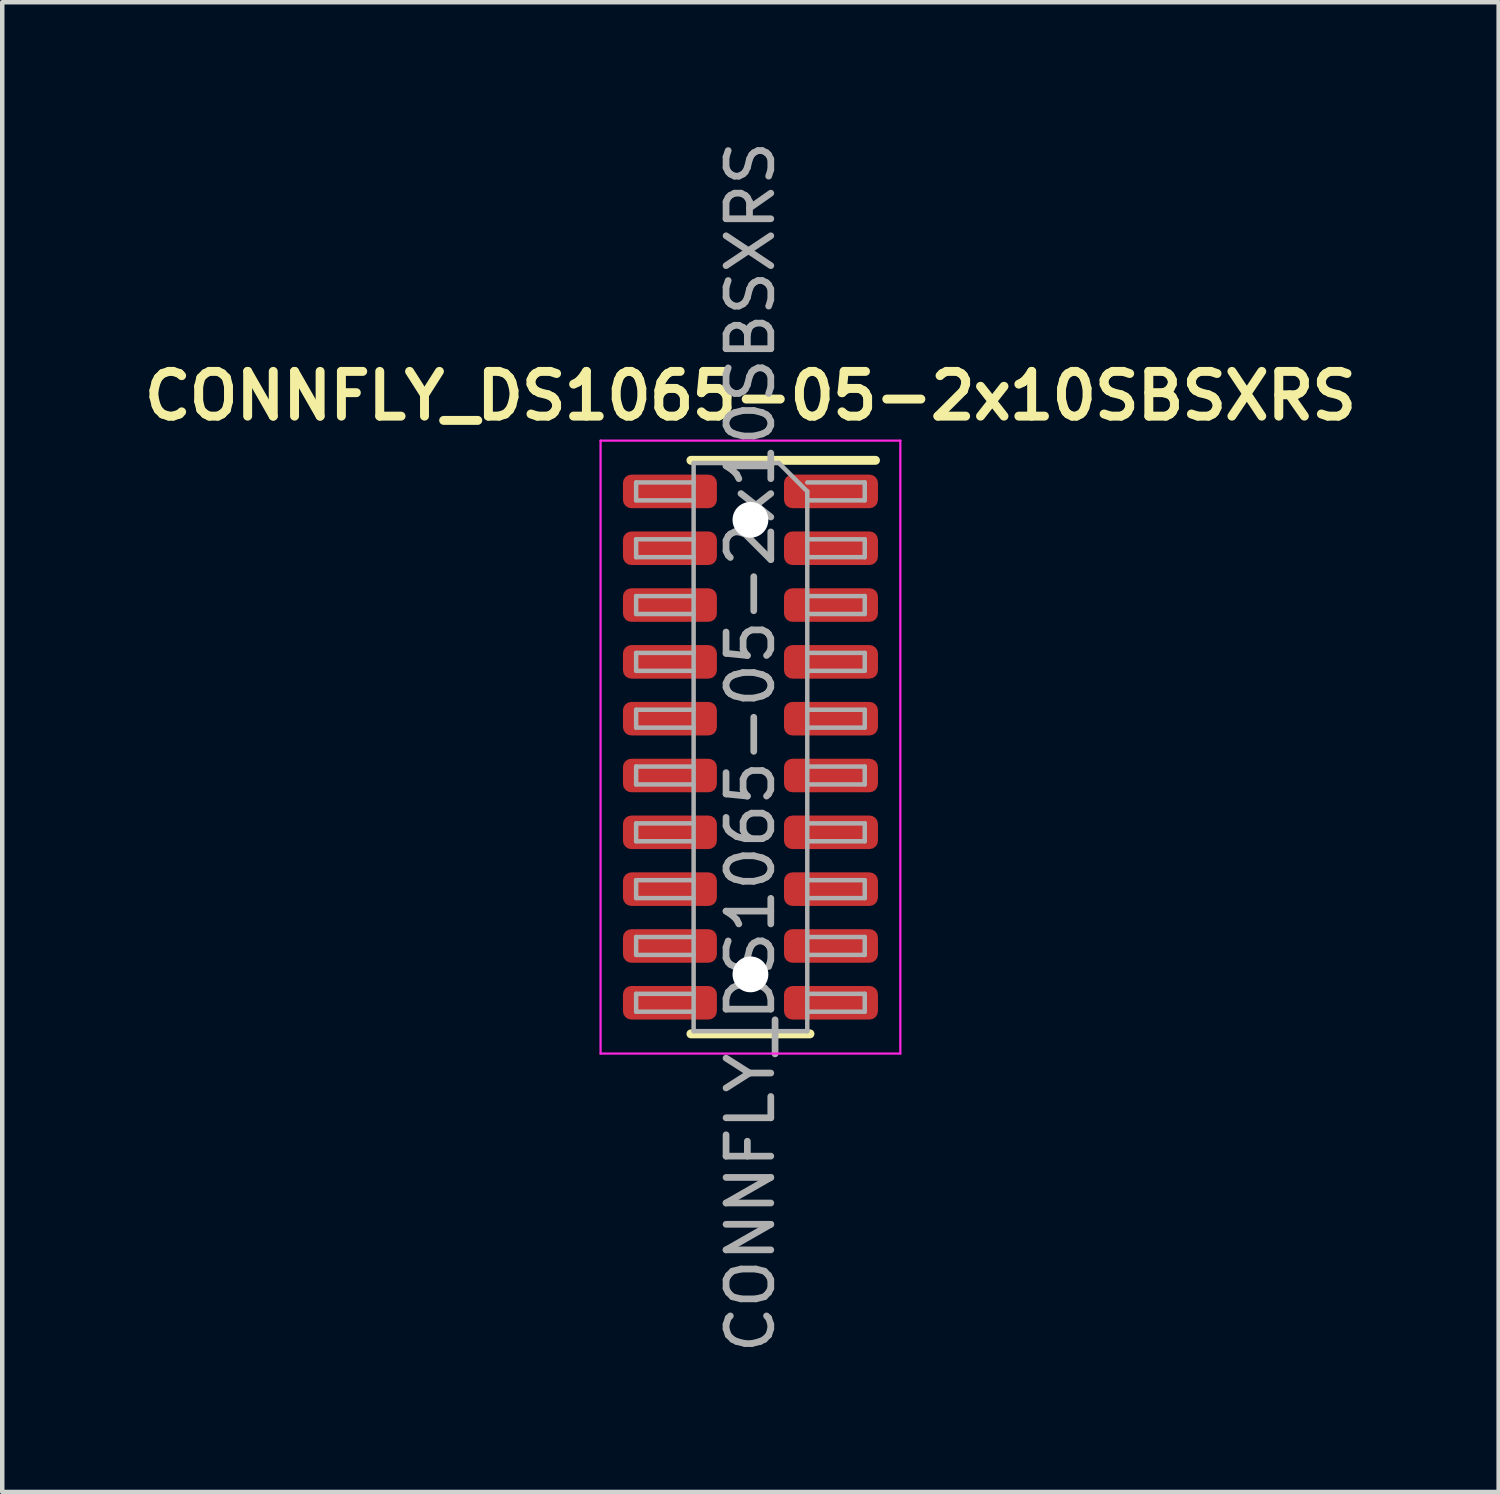
<source format=kicad_pcb>
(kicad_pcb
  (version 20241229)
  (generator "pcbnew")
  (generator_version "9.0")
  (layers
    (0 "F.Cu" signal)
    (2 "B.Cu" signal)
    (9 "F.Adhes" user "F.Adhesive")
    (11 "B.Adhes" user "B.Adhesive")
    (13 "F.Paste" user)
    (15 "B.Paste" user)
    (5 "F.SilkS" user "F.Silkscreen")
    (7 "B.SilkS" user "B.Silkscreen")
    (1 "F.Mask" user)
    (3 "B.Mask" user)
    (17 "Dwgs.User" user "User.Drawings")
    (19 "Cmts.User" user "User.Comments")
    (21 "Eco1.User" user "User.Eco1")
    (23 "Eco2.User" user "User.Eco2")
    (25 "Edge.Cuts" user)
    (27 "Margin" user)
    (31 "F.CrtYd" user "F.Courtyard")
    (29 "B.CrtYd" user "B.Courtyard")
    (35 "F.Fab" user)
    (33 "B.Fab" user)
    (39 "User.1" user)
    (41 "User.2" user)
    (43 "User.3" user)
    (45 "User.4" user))
  (footprint "CONNFLY_DS1065-05-2x10SBSXRS"
    (layer "F.Cu")
    (at 13.724 13.649)
    (property "Reference" "CONNFLY_DS1065-05-2x10SBSXRS" (at 0 -7.85 0) (layer "F.SilkS") (effects (font (size 1 1) (thickness 0.2))))
    (attr smd)
    (fp_line (start -1.33 -6.41) (end 2.794 -6.41) (stroke (width 0.2) (type solid)) (layer "F.SilkS"))
    (fp_line (start -1.33 6.41) (end 1.33 6.41) (stroke (width 0.2) (type solid)) (layer "F.SilkS"))
    (fp_line (start -3.35 -6.85) (end 3.35 -6.85) (stroke (width 0.05) (type solid)) (layer "F.CrtYd"))
    (fp_line (start -3.35 6.85) (end -3.35 -6.85) (stroke (width 0.05) (type solid)) (layer "F.CrtYd"))
    (fp_line (start 3.35 -6.85) (end 3.35 6.85) (stroke (width 0.05) (type solid)) (layer "F.CrtYd"))
    (fp_line (start 3.35 6.85) (end -3.35 6.85) (stroke (width 0.05) (type solid)) (layer "F.CrtYd"))
    (fp_line (start -2.555 -5.915) (end -1.27 -5.915) (stroke (width 0.1) (type solid)) (layer "F.Fab"))
    (fp_line (start -2.555 -5.515) (end -2.555 -5.915) (stroke (width 0.1) (type solid)) (layer "F.Fab"))
    (fp_line (start -2.555 -4.645) (end -1.27 -4.645) (stroke (width 0.1) (type solid)) (layer "F.Fab"))
    (fp_line (start -2.555 -4.245) (end -2.555 -4.645) (stroke (width 0.1) (type solid)) (layer "F.Fab"))
    (fp_line (start -2.555 -3.375) (end -1.27 -3.375) (stroke (width 0.1) (type solid)) (layer "F.Fab"))
    (fp_line (start -2.555 -2.975) (end -2.555 -3.375) (stroke (width 0.1) (type solid)) (layer "F.Fab"))
    (fp_line (start -2.555 -2.105) (end -1.27 -2.105) (stroke (width 0.1) (type solid)) (layer "F.Fab"))
    (fp_line (start -2.555 -1.705) (end -2.555 -2.105) (stroke (width 0.1) (type solid)) (layer "F.Fab"))
    (fp_line (start -2.555 -0.835) (end -1.27 -0.835) (stroke (width 0.1) (type solid)) (layer "F.Fab"))
    (fp_line (start -2.555 -0.435) (end -2.555 -0.835) (stroke (width 0.1) (type solid)) (layer "F.Fab"))
    (fp_line (start -2.555 0.435) (end -1.27 0.435) (stroke (width 0.1) (type solid)) (layer "F.Fab"))
    (fp_line (start -2.555 0.835) (end -2.555 0.435) (stroke (width 0.1) (type solid)) (layer "F.Fab"))
    (fp_line (start -2.555 1.705) (end -1.27 1.705) (stroke (width 0.1) (type solid)) (layer "F.Fab"))
    (fp_line (start -2.555 2.105) (end -2.555 1.705) (stroke (width 0.1) (type solid)) (layer "F.Fab"))
    (fp_line (start -2.555 2.975) (end -1.27 2.975) (stroke (width 0.1) (type solid)) (layer "F.Fab"))
    (fp_line (start -2.555 3.375) (end -2.555 2.975) (stroke (width 0.1) (type solid)) (layer "F.Fab"))
    (fp_line (start -2.555 4.245) (end -1.27 4.245) (stroke (width 0.1) (type solid)) (layer "F.Fab"))
    (fp_line (start -2.555 4.645) (end -2.555 4.245) (stroke (width 0.1) (type solid)) (layer "F.Fab"))
    (fp_line (start -2.555 5.515) (end -1.27 5.515) (stroke (width 0.1) (type solid)) (layer "F.Fab"))
    (fp_line (start -2.555 5.915) (end -2.555 5.515) (stroke (width 0.1) (type solid)) (layer "F.Fab"))
    (fp_line (start -1.27 -6.35) (end 0.635 -6.35) (stroke (width 0.1) (type solid)) (layer "F.Fab"))
    (fp_line (start -1.27 -5.515) (end -2.555 -5.515) (stroke (width 0.1) (type solid)) (layer "F.Fab"))
    (fp_line (start -1.27 -4.245) (end -2.555 -4.245) (stroke (width 0.1) (type solid)) (layer "F.Fab"))
    (fp_line (start -1.27 -2.975) (end -2.555 -2.975) (stroke (width 0.1) (type solid)) (layer "F.Fab"))
    (fp_line (start -1.27 -1.705) (end -2.555 -1.705) (stroke (width 0.1) (type solid)) (layer "F.Fab"))
    (fp_line (start -1.27 -0.435) (end -2.555 -0.435) (stroke (width 0.1) (type solid)) (layer "F.Fab"))
    (fp_line (start -1.27 0.835) (end -2.555 0.835) (stroke (width 0.1) (type solid)) (layer "F.Fab"))
    (fp_line (start -1.27 2.105) (end -2.555 2.105) (stroke (width 0.1) (type solid)) (layer "F.Fab"))
    (fp_line (start -1.27 3.375) (end -2.555 3.375) (stroke (width 0.1) (type solid)) (layer "F.Fab"))
    (fp_line (start -1.27 4.645) (end -2.555 4.645) (stroke (width 0.1) (type solid)) (layer "F.Fab"))
    (fp_line (start -1.27 5.915) (end -2.555 5.915) (stroke (width 0.1) (type solid)) (layer "F.Fab"))
    (fp_line (start -1.27 6.35) (end -1.27 -6.35) (stroke (width 0.1) (type solid)) (layer "F.Fab"))
    (fp_line (start 0.635 -6.35) (end 1.27 -5.715) (stroke (width 0.1) (type solid)) (layer "F.Fab"))
    (fp_line (start 1.27 -5.915) (end 2.555 -5.915) (stroke (width 0.1) (type solid)) (layer "F.Fab"))
    (fp_line (start 1.27 -5.715) (end 1.27 6.35) (stroke (width 0.1) (type solid)) (layer "F.Fab"))
    (fp_line (start 1.27 -4.645) (end 2.555 -4.645) (stroke (width 0.1) (type solid)) (layer "F.Fab"))
    (fp_line (start 1.27 -3.375) (end 2.555 -3.375) (stroke (width 0.1) (type solid)) (layer "F.Fab"))
    (fp_line (start 1.27 -2.105) (end 2.555 -2.105) (stroke (width 0.1) (type solid)) (layer "F.Fab"))
    (fp_line (start 1.27 -0.835) (end 2.555 -0.835) (stroke (width 0.1) (type solid)) (layer "F.Fab"))
    (fp_line (start 1.27 0.435) (end 2.555 0.435) (stroke (width 0.1) (type solid)) (layer "F.Fab"))
    (fp_line (start 1.27 1.705) (end 2.555 1.705) (stroke (width 0.1) (type solid)) (layer "F.Fab"))
    (fp_line (start 1.27 2.975) (end 2.555 2.975) (stroke (width 0.1) (type solid)) (layer "F.Fab"))
    (fp_line (start 1.27 4.245) (end 2.555 4.245) (stroke (width 0.1) (type solid)) (layer "F.Fab"))
    (fp_line (start 1.27 5.515) (end 2.555 5.515) (stroke (width 0.1) (type solid)) (layer "F.Fab"))
    (fp_line (start 1.27 6.35) (end -1.27 6.35) (stroke (width 0.1) (type solid)) (layer "F.Fab"))
    (fp_line (start 2.555 -5.915) (end 2.555 -5.515) (stroke (width 0.1) (type solid)) (layer "F.Fab"))
    (fp_line (start 2.555 -5.515) (end 1.27 -5.515) (stroke (width 0.1) (type solid)) (layer "F.Fab"))
    (fp_line (start 2.555 -4.645) (end 2.555 -4.245) (stroke (width 0.1) (type solid)) (layer "F.Fab"))
    (fp_line (start 2.555 -4.245) (end 1.27 -4.245) (stroke (width 0.1) (type solid)) (layer "F.Fab"))
    (fp_line (start 2.555 -3.375) (end 2.555 -2.975) (stroke (width 0.1) (type solid)) (layer "F.Fab"))
    (fp_line (start 2.555 -2.975) (end 1.27 -2.975) (stroke (width 0.1) (type solid)) (layer "F.Fab"))
    (fp_line (start 2.555 -2.105) (end 2.555 -1.705) (stroke (width 0.1) (type solid)) (layer "F.Fab"))
    (fp_line (start 2.555 -1.705) (end 1.27 -1.705) (stroke (width 0.1) (type solid)) (layer "F.Fab"))
    (fp_line (start 2.555 -0.835) (end 2.555 -0.435) (stroke (width 0.1) (type solid)) (layer "F.Fab"))
    (fp_line (start 2.555 -0.435) (end 1.27 -0.435) (stroke (width 0.1) (type solid)) (layer "F.Fab"))
    (fp_line (start 2.555 0.435) (end 2.555 0.835) (stroke (width 0.1) (type solid)) (layer "F.Fab"))
    (fp_line (start 2.555 0.835) (end 1.27 0.835) (stroke (width 0.1) (type solid)) (layer "F.Fab"))
    (fp_line (start 2.555 1.705) (end 2.555 2.105) (stroke (width 0.1) (type solid)) (layer "F.Fab"))
    (fp_line (start 2.555 2.105) (end 1.27 2.105) (stroke (width 0.1) (type solid)) (layer "F.Fab"))
    (fp_line (start 2.555 2.975) (end 2.555 3.375) (stroke (width 0.1) (type solid)) (layer "F.Fab"))
    (fp_line (start 2.555 3.375) (end 1.27 3.375) (stroke (width 0.1) (type solid)) (layer "F.Fab"))
    (fp_line (start 2.555 4.245) (end 2.555 4.645) (stroke (width 0.1) (type solid)) (layer "F.Fab"))
    (fp_line (start 2.555 4.645) (end 1.27 4.645) (stroke (width 0.1) (type solid)) (layer "F.Fab"))
    (fp_line (start 2.555 5.515) (end 2.555 5.915) (stroke (width 0.1) (type solid)) (layer "F.Fab"))
    (fp_line (start 2.555 5.915) (end 1.27 5.915) (stroke (width 0.1) (type solid)) (layer "F.Fab"))
    (fp_text user "${REFERENCE}" (at 0 0 90) (layer "F.Fab") (effects (font (size 1 1) (thickness 0.15))))
    (pad "" np_thru_hole circle (at 0 -5.08) (size 0.8 0.8) (drill 0.8) (layers "*.Cu" "*.Mask"))
    (pad "" np_thru_hole circle (at 0 5.08) (size 0.8 0.8) (drill 0.8) (layers "*.Cu" "*.Mask"))
    (pad "1" smd roundrect (at 1.8 -5.715) (size 2.1 0.75) (layers "F.Cu" "F.Mask" "F.Paste") (roundrect_rratio 0.25))
    (pad "2" smd roundrect (at -1.8 -5.715) (size 2.1 0.75) (layers "F.Cu" "F.Mask" "F.Paste") (roundrect_rratio 0.25))
    (pad "3" smd roundrect (at 1.8 -4.445) (size 2.1 0.75) (layers "F.Cu" "F.Mask" "F.Paste") (roundrect_rratio 0.25))
    (pad "4" smd roundrect (at -1.8 -4.445) (size 2.1 0.75) (layers "F.Cu" "F.Mask" "F.Paste") (roundrect_rratio 0.25))
    (pad "5" smd roundrect (at 1.8 -3.175) (size 2.1 0.75) (layers "F.Cu" "F.Mask" "F.Paste") (roundrect_rratio 0.25))
    (pad "6" smd roundrect (at -1.8 -3.175) (size 2.1 0.75) (layers "F.Cu" "F.Mask" "F.Paste") (roundrect_rratio 0.25))
    (pad "7" smd roundrect (at 1.8 -1.905) (size 2.1 0.75) (layers "F.Cu" "F.Mask" "F.Paste") (roundrect_rratio 0.25))
    (pad "8" smd roundrect (at -1.8 -1.905) (size 2.1 0.75) (layers "F.Cu" "F.Mask" "F.Paste") (roundrect_rratio 0.25))
    (pad "9" smd roundrect (at 1.8 -0.635) (size 2.1 0.75) (layers "F.Cu" "F.Mask" "F.Paste") (roundrect_rratio 0.25))
    (pad "10" smd roundrect (at -1.8 -0.635) (size 2.1 0.75) (layers "F.Cu" "F.Mask" "F.Paste") (roundrect_rratio 0.25))
    (pad "11" smd roundrect (at 1.8 0.635) (size 2.1 0.75) (layers "F.Cu" "F.Mask" "F.Paste") (roundrect_rratio 0.25))
    (pad "12" smd roundrect (at -1.8 0.635) (size 2.1 0.75) (layers "F.Cu" "F.Mask" "F.Paste") (roundrect_rratio 0.25))
    (pad "13" smd roundrect (at 1.8 1.905) (size 2.1 0.75) (layers "F.Cu" "F.Mask" "F.Paste") (roundrect_rratio 0.25))
    (pad "14" smd roundrect (at -1.8 1.905) (size 2.1 0.75) (layers "F.Cu" "F.Mask" "F.Paste") (roundrect_rratio 0.25))
    (pad "15" smd roundrect (at 1.8 3.175) (size 2.1 0.75) (layers "F.Cu" "F.Mask" "F.Paste") (roundrect_rratio 0.25))
    (pad "16" smd roundrect (at -1.8 3.175) (size 2.1 0.75) (layers "F.Cu" "F.Mask" "F.Paste") (roundrect_rratio 0.25))
    (pad "17" smd roundrect (at 1.8 4.445) (size 2.1 0.75) (layers "F.Cu" "F.Mask" "F.Paste") (roundrect_rratio 0.25))
    (pad "18" smd roundrect (at -1.8 4.445) (size 2.1 0.75) (layers "F.Cu" "F.Mask" "F.Paste") (roundrect_rratio 0.25))
    (pad "19" smd roundrect (at 1.8 5.715) (size 2.1 0.75) (layers "F.Cu" "F.Mask" "F.Paste") (roundrect_rratio 0.25))
    (pad "20" smd roundrect (at -1.8 5.715) (size 2.1 0.75) (layers "F.Cu" "F.Mask" "F.Paste") (roundrect_rratio 0.25)))
  (gr_rect
    (start -3 -3)
    (end 30.448 30.298)
    (stroke (width 0.1) (type default))
    (fill no)
    (layer "Edge.Cuts")))
</source>
